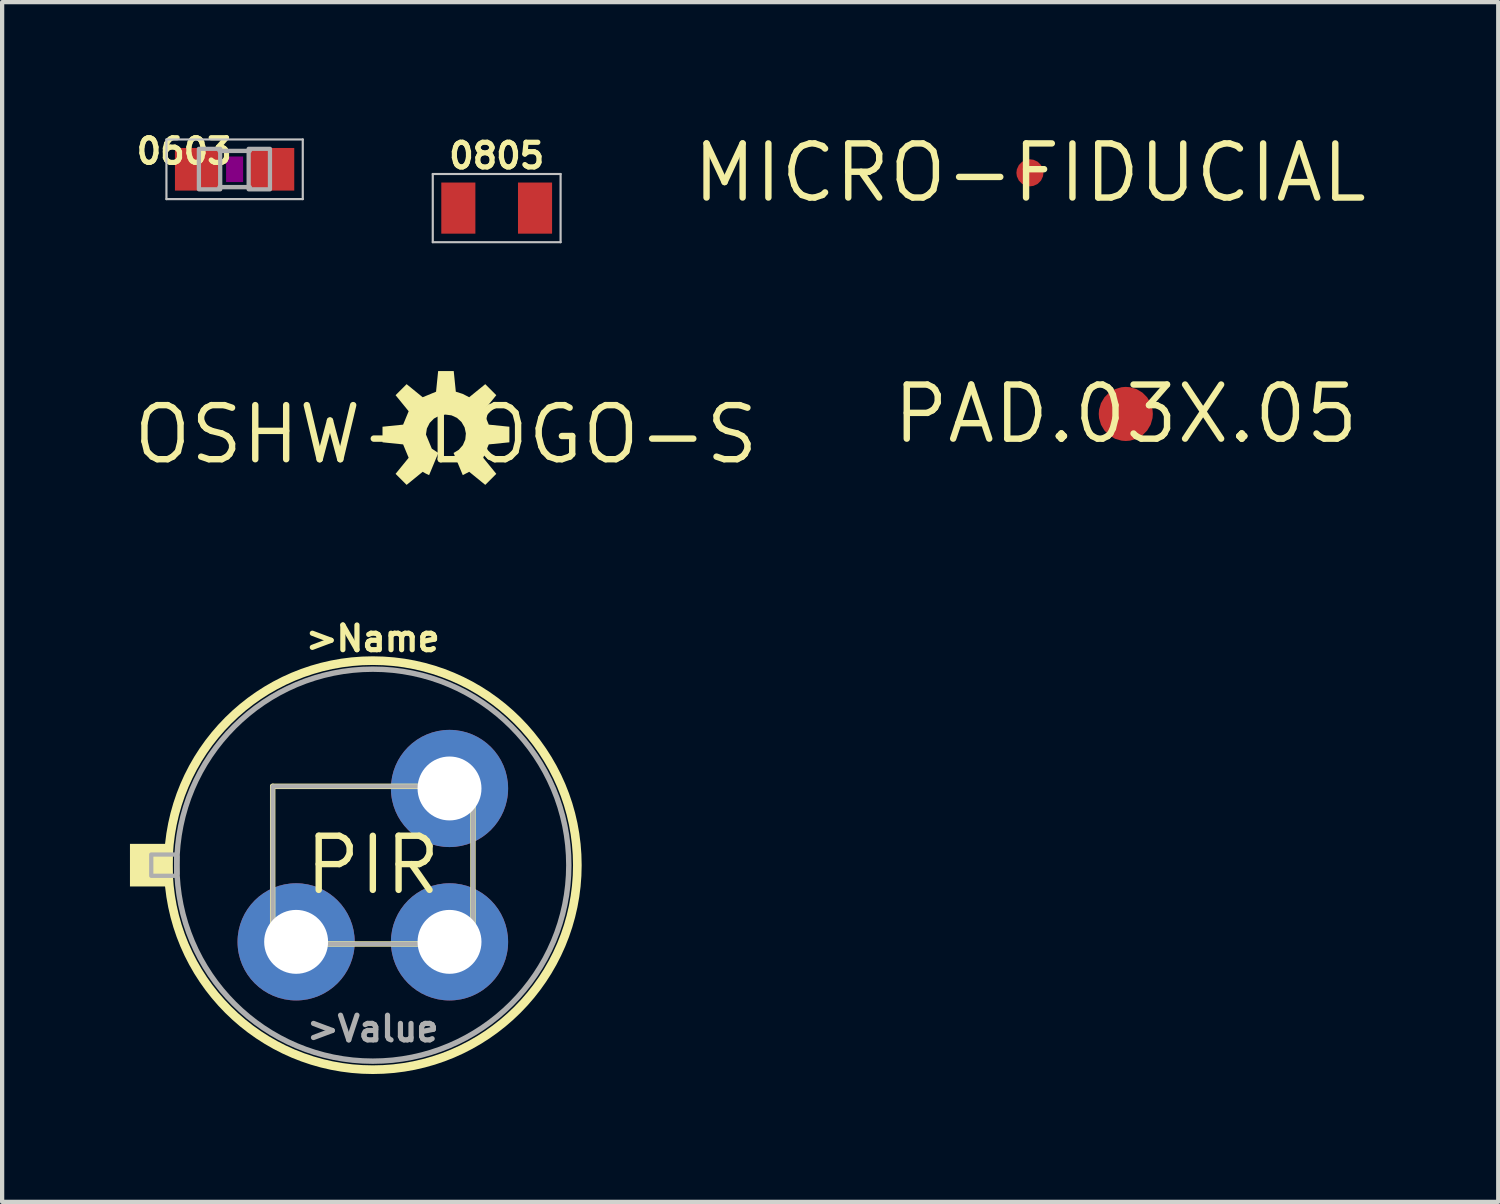
<source format=kicad_pcb>
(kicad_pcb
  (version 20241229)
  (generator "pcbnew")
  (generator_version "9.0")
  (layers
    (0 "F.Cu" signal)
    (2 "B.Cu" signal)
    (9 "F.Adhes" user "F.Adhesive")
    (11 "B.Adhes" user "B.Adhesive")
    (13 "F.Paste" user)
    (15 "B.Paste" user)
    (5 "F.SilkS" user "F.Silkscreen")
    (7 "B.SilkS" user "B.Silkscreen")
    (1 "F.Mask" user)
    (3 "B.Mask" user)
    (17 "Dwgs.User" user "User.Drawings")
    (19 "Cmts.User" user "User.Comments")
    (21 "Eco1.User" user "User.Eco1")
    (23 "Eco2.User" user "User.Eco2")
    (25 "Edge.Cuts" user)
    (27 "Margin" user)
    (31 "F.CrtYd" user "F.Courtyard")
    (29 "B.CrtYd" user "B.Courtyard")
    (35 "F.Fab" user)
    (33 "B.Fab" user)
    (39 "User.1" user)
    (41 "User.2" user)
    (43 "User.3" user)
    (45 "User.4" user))
  (footprint "0805"
    (layer "F.Cu")
    (at 8.607 1.834)
    (property "Reference" "0805" (at 0 -0.889 0) (layer "F.SilkS") (effects (font (size 0.579 0.579) (thickness 0.122)) (justify bottom)))
    (attr through_hole)
    (fp_line (start -1.5 -0.8) (end 1.5 -0.8) (stroke (width 0.051) (type solid)) (layer "Dwgs.User"))
    (fp_line (start -1.5 0.8) (end -1.5 -0.8) (stroke (width 0.051) (type solid)) (layer "Dwgs.User"))
    (fp_line (start 1.5 -0.8) (end 1.5 0.8) (stroke (width 0.051) (type solid)) (layer "Dwgs.User"))
    (fp_line (start 1.5 0.8) (end -1.5 0.8) (stroke (width 0.051) (type solid)) (layer "Dwgs.User"))
    (pad "1" smd rect (at -0.9 0) (size 0.8 1.2) (layers "F.Cu" "F.Mask" "F.Paste"))
    (pad "2" smd rect (at 0.9 0) (size 0.8 1.2) (layers "F.Cu" "F.Mask" "F.Paste")))
  (footprint "PIR"
    (layer "F.Cu")
    (at 5.7 17.255)
    (property "Reference" "PIR" (at 0 0 0) (layer "F.SilkS") (effects (font (size 1.27 1.27) (thickness 0.15))))
    (attr through_hole)
    (fp_circle (center -1.8 1.8) (end -1.062 1.8) (stroke (width 1.477) (type solid)) (fill no) (layer "B.Mask"))
    (fp_circle (center 1.8 -1.8) (end 2.538 -1.8) (stroke (width 1.477) (type solid)) (fill no) (layer "B.Mask"))
    (fp_circle (center 1.8 1.8) (end 2.538 1.8) (stroke (width 1.477) (type solid)) (fill no) (layer "B.Mask"))
    (fp_line (start -2.35 -1.85) (end -2.35 1.85) (stroke (width 0.127) (type solid)) (layer "F.SilkS"))
    (fp_line (start -2.35 1.85) (end 2.35 1.85) (stroke (width 0.127) (type solid)) (layer "F.SilkS"))
    (fp_line (start 2.35 -1.85) (end -2.35 -1.85) (stroke (width 0.127) (type solid)) (layer "F.SilkS"))
    (fp_line (start 2.35 1.85) (end 2.35 -1.85) (stroke (width 0.127) (type solid)) (layer "F.SilkS"))
    (fp_circle (center 0 0) (end 4.8 0) (stroke (width 0.203) (type solid)) (fill no) (layer "F.SilkS"))
    (fp_poly (pts (xy -5.7 0.5) (xy -4.7 0.5) (xy -4.7 -0.5) (xy -5.7 -0.5)) (stroke (width 0) (type solid)) (fill yes) (layer "F.SilkS"))
    (fp_line (start -4.6 0.2) (end -4.6 -0.2) (stroke (width 0.127) (type solid)) (layer "F.Fab"))
    (fp_circle (center 0 0) (end 4.6 0) (stroke (width 0.127) (type solid)) (fill no) (layer "F.Fab"))
    (fp_poly (pts (xy -5.2 0.25) (xy -4.6 0.25) (xy -4.6 -0.25) (xy -5.2 -0.25)) (stroke (width 0.1) (type solid)) (fill no) (layer "F.Fab"))
    (fp_poly (pts (xy -2.35 1.85) (xy 2.35 1.85) (xy 2.35 -1.85) (xy -2.35 -1.85)) (stroke (width 0.1) (type solid)) (fill no) (layer "F.Fab"))
    (fp_text user ">Name" (at 0 -4.98 0) (layer "F.SilkS") (effects (font (size 0.579 0.579) (thickness 0.122)) (justify bottom)))
    (fp_text user ">Value" (at 0 3.5 0) (layer "F.Fab") (effects (font (size 0.579 0.579) (thickness 0.122)) (justify top)))
    (pad "D" thru_hole circle (at -1.8 1.8) (size 2.75 2.75) (drill 1.5) (layers "*.Cu" "*.Mask"))
    (pad "G" thru_hole circle (at 1.8 -1.8) (size 2.75 2.75) (drill 1.5) (layers "*.Cu" "*.Mask"))
    (pad "S" thru_hole circle (at 1.8 1.8) (size 2.75 2.75) (drill 1.5) (layers "*.Cu" "*.Mask")))
  (footprint "0603"
    (layer "F.Cu")
    (at 2.456 0.923)
    (property "Reference" "0603" (at 0 -0.762 0) (layer "F.SilkS") (effects (font (size 0.579 0.579) (thickness 0.122)) (justify right top)))
    (attr through_hole)
    (fp_poly (pts (xy -0.2 0.3) (xy 0.2 0.3) (xy 0.2 -0.3) (xy -0.2 -0.3)) (stroke (width 0) (type solid)) (fill yes) (layer "F.Adhes"))
    (fp_line (start -1.6 -0.7) (end 1.6 -0.7) (stroke (width 0.051) (type solid)) (layer "Dwgs.User"))
    (fp_line (start -1.6 0.7) (end -1.6 -0.7) (stroke (width 0.051) (type solid)) (layer "Dwgs.User"))
    (fp_line (start 1.6 -0.7) (end 1.6 0.7) (stroke (width 0.051) (type solid)) (layer "Dwgs.User"))
    (fp_line (start 1.6 0.7) (end -1.6 0.7) (stroke (width 0.051) (type solid)) (layer "Dwgs.User"))
    (fp_line (start -0.356 -0.432) (end 0.356 -0.432) (stroke (width 0.102) (type solid)) (layer "F.Fab"))
    (fp_line (start -0.356 0.419) (end 0.356 0.419) (stroke (width 0.102) (type solid)) (layer "F.Fab"))
    (fp_poly (pts (xy -0.838 0.47) (xy -0.338 0.47) (xy -0.338 -0.48) (xy -0.838 -0.48)) (stroke (width 0.1) (type solid)) (fill no) (layer "F.Fab"))
    (fp_poly (pts (xy 0.33 0.47) (xy 0.83 0.47) (xy 0.83 -0.48) (xy 0.33 -0.48)) (stroke (width 0.1) (type solid)) (fill no) (layer "F.Fab"))
    (pad "1" smd rect (at -0.85 0) (size 1.1 1) (layers "F.Cu" "F.Mask" "F.Paste"))
    (pad "2" smd rect (at 0.85 0) (size 1.1 1) (layers "F.Cu" "F.Mask" "F.Paste")))
  (footprint "OSHW-LOGO-S"
    (layer "F.Cu")
    (at 7.416 7.148)
    (property "Reference" "OSHW-LOGO-S" (at 0 0 0) (layer "F.SilkS") (effects (font (size 1.27 1.27) (thickness 0.15))))
    (attr through_hole)
    (fp_poly (pts (xy 0.395 0.953) (xy 0.546 0.875) (xy 0.923 1.182) (xy 1.182 0.923) (xy 0.875 0.546) (xy 1.005 0.232) (xy 1.489 0.183) (xy 1.489 -0.183) (xy 1.005 -0.232) (xy 0.875 -0.546) (xy 1.182 -0.923) (xy 0.923 -1.182) (xy 0.546 -0.875) (xy 0.395 -0.953) (xy 0.232 -1.005) (xy 0.183 -1.489) (xy -0.183 -1.489) (xy -0.232 -1.005) (xy -0.546 -0.875) (xy -0.923 -1.182) (xy -1.182 -0.923) (xy -0.875 -0.546) (xy -1.005 -0.232) (xy -1.489 -0.183) (xy -1.489 0.183) (xy -1.005 0.232) (xy -0.875 0.546) (xy -1.182 0.923) (xy -0.923 1.182) (xy -0.546 0.875) (xy -0.472 0.917) (xy -0.395 0.953) (xy -0.179 0.433) (xy -0.179 0.433) (xy -0.332 0.331) (xy -0.469 0) (xy -0.447 -0.142) (xy -0.382 -0.271) (xy -0.282 -0.374) (xy -0.155 -0.442) (xy -0.013 -0.468) (xy 0.13 -0.45) (xy 0.26 -0.39) (xy 0.366 -0.292) (xy 0.438 -0.167) (xy 0.468 -0.026) (xy 0.454 0.117) (xy 0.397 0.249) (xy 0.302 0.358) (xy 0.179 0.433)) (stroke (width 0) (type solid)) (fill yes) (layer "F.SilkS")))
  (footprint "MICRO-FIDUCIAL"
    (layer "F.Cu")
    (at 21.122 1.006)
    (property "Reference" "MICRO-FIDUCIAL" (at 0 0 0) (layer "F.SilkS") (effects (font (size 1.27 1.27) (thickness 0.15))))
    (attr through_hole)
    (pad "1" smd roundrect (at 0 0) (size 0.635 0.635) (layers "F.Cu" "F.Mask") (roundrect_rratio 0.5)))
  (footprint "PAD.03X.05"
    (layer "F.Cu")
    (at 23.372 6.665)
    (property "Reference" "PAD.03X.05" (at 0 0 0) (layer "F.SilkS") (effects (font (size 1.27 1.27) (thickness 0.15))))
    (attr through_hole)
    (pad "P$1" smd roundrect (at 0 0) (size 1.27 1.27) (layers "F.Cu" "F.Mask") (roundrect_rratio 0.5)))
  (gr_rect
    (start -3 -3)
    (end 32.113 25.157)
    (stroke (width 0.1) (type default))
    (fill no)
    (layer "Edge.Cuts")))
</source>
